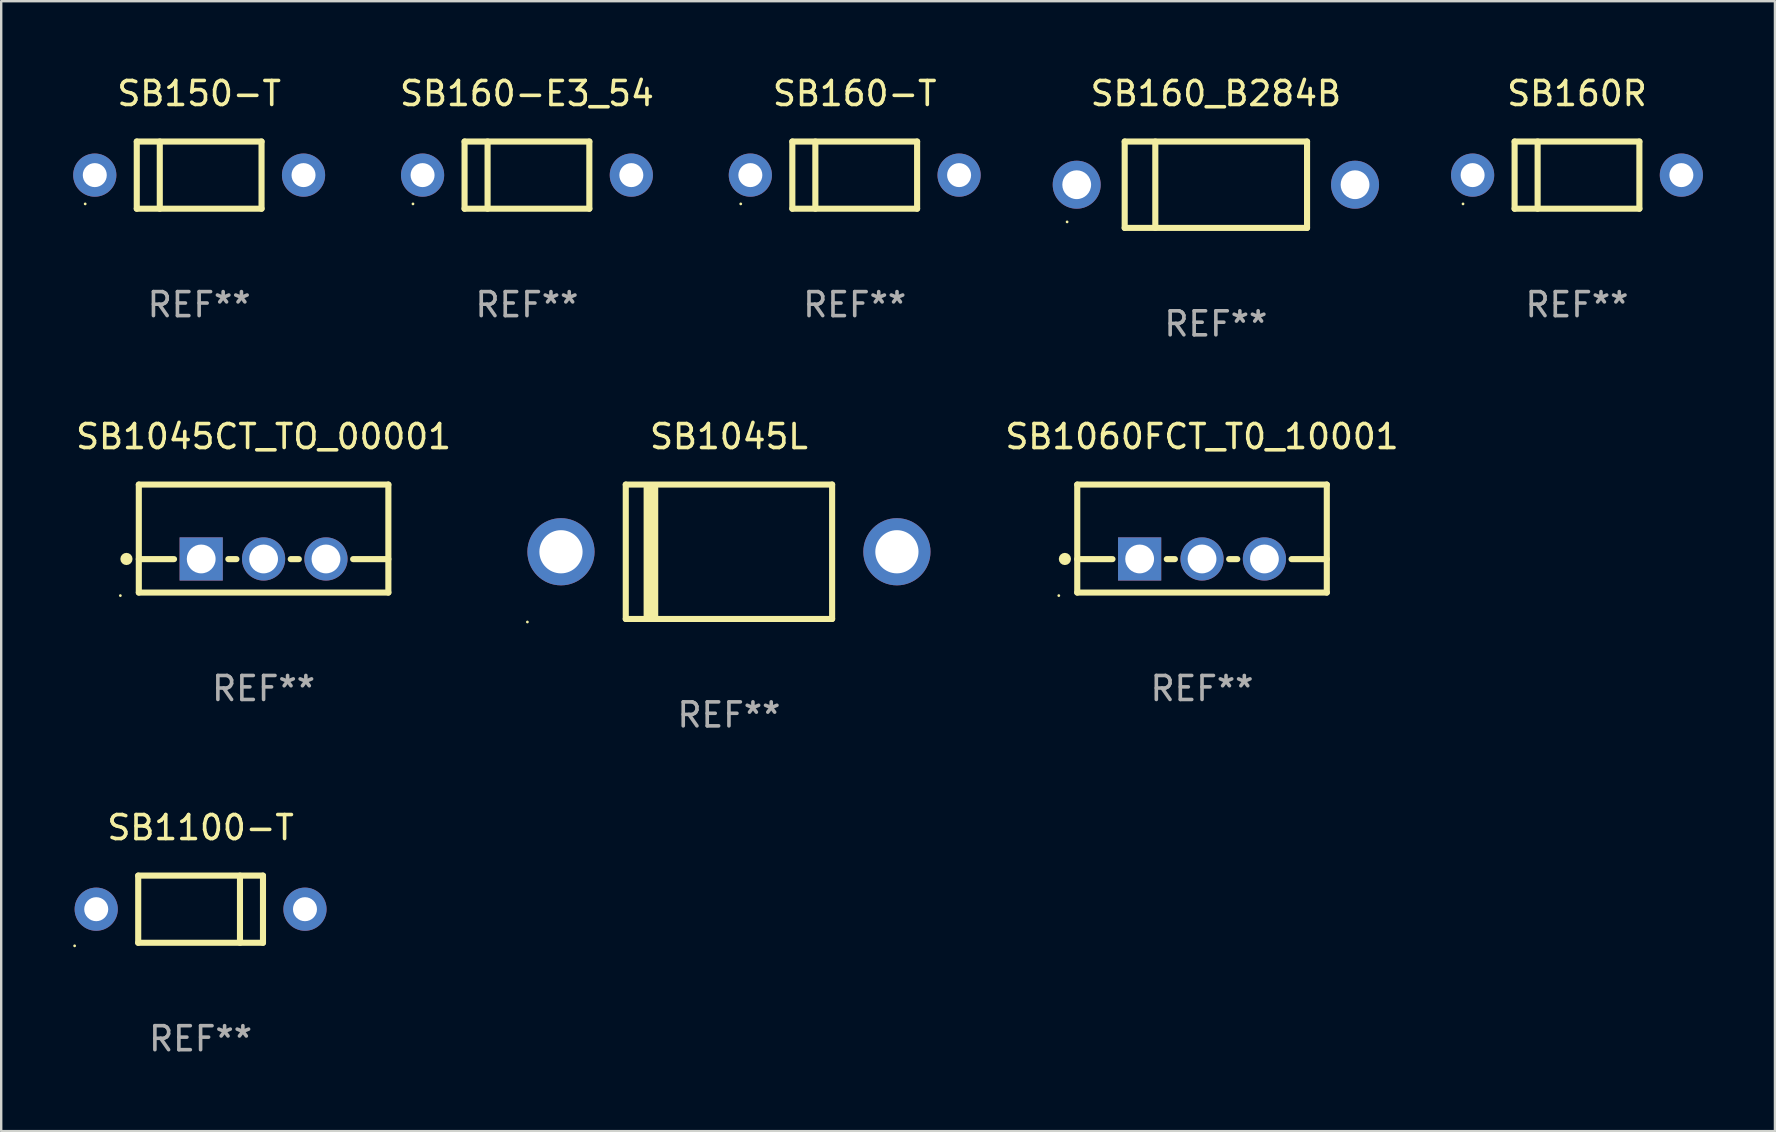
<source format=kicad_pcb>
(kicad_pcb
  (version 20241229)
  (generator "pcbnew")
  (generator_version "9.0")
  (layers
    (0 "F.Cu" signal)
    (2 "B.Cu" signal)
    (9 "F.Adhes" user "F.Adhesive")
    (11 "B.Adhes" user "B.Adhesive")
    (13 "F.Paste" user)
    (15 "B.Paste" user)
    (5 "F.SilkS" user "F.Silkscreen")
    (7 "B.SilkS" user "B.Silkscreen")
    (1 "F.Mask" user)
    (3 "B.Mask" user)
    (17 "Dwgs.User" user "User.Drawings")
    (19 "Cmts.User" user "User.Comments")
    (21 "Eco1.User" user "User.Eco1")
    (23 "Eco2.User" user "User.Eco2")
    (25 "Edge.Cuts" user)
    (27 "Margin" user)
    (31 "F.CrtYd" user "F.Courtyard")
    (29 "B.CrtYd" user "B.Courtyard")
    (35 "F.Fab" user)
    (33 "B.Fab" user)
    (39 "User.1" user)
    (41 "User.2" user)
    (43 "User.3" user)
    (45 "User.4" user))
  (footprint "SB160_B284B"
    (layer "F.Cu")
    (at 47.622 4.648)
    (property "Reference" "SB160_B284B" (at 0 -3.8 0) (layer "F.SilkS") (effects (font (size 1 1) (thickness 0.15))))
    (attr through_hole)
    (fp_line (start -3.8 -1.8) (end -3.8 1.8) (stroke (width 0.254) (type solid)) (layer "F.SilkS"))
    (fp_line (start -3.8 -1.8) (end 3.8 -1.8) (stroke (width 0.254) (type solid)) (layer "F.SilkS"))
    (fp_line (start -3.8 1.8) (end 3.8 1.8) (stroke (width 0.254) (type solid)) (layer "F.SilkS"))
    (fp_line (start -2.524 -1.8) (end -2.524 1.8) (stroke (width 0.254) (type solid)) (layer "F.SilkS"))
    (fp_line (start 3.8 -1.8) (end 3.8 1.8) (stroke (width 0.254) (type solid)) (layer "F.SilkS"))
    (fp_circle (center -6.2 1.55) (end -6.17 1.55) (stroke (width 0.06) (type solid)) (fill no) (layer "F.SilkS"))
    (fp_text user "REF**" (at 0 5.8 0) (layer "F.Fab") (effects (font (size 1 1) (thickness 0.15))))
    (pad "1" thru_hole circle (at -5.8 0) (size 2 2) (drill 1.2) (layers "*.Cu" "*.Mask"))
    (pad "2" thru_hole circle (at 5.8 0) (size 2 2) (drill 1.2) (layers "*.Cu" "*.Mask")))
  (footprint "SB160R"
    (layer "F.Cu")
    (at 62.672 4.248)
    (property "Reference" "SB160R" (at 0 -3.4 0) (layer "F.SilkS") (effects (font (size 1 1) (thickness 0.15))))
    (attr through_hole)
    (fp_line (start -2.6 -1.4) (end -2.6 1.4) (stroke (width 0.254) (type solid)) (layer "F.SilkS"))
    (fp_line (start -2.6 -1.4) (end 2.6 -1.4) (stroke (width 0.254) (type solid)) (layer "F.SilkS"))
    (fp_line (start -2.6 1.4) (end 2.6 1.4) (stroke (width 0.254) (type solid)) (layer "F.SilkS"))
    (fp_line (start -1.641 -1.4) (end -1.641 1.4) (stroke (width 0.254) (type solid)) (layer "F.SilkS"))
    (fp_line (start 2.6 -1.4) (end 2.6 1.4) (stroke (width 0.254) (type solid)) (layer "F.SilkS"))
    (fp_circle (center -4.75 1.2) (end -4.72 1.2) (stroke (width 0.06) (type solid)) (fill no) (layer "F.SilkS"))
    (fp_text user "REF**" (at 0 5.4 0) (layer "F.Fab") (effects (font (size 1 1) (thickness 0.15))))
    (pad "1" thru_hole circle (at -4.35 0) (size 1.8 1.8) (drill 1) (layers "*.Cu" "*.Mask"))
    (pad "2" thru_hole circle (at 4.35 0) (size 1.8 1.8) (drill 1) (layers "*.Cu" "*.Mask")))
  (footprint "SB160-E3_54"
    (layer "F.Cu")
    (at 18.911 4.248)
    (property "Reference" "SB160-E3_54" (at 0 -3.4 0) (layer "F.SilkS") (effects (font (size 1 1) (thickness 0.15))))
    (attr through_hole)
    (fp_line (start -2.6 -1.4) (end -2.6 1.4) (stroke (width 0.254) (type solid)) (layer "F.SilkS"))
    (fp_line (start -2.6 -1.4) (end 2.6 -1.4) (stroke (width 0.254) (type solid)) (layer "F.SilkS"))
    (fp_line (start -2.6 1.4) (end 2.6 1.4) (stroke (width 0.254) (type solid)) (layer "F.SilkS"))
    (fp_line (start -1.641 -1.4) (end -1.641 1.4) (stroke (width 0.254) (type solid)) (layer "F.SilkS"))
    (fp_line (start 2.6 -1.4) (end 2.6 1.4) (stroke (width 0.254) (type solid)) (layer "F.SilkS"))
    (fp_circle (center -4.75 1.2) (end -4.72 1.2) (stroke (width 0.06) (type solid)) (fill no) (layer "F.SilkS"))
    (fp_text user "REF**" (at 0 5.4 0) (layer "F.Fab") (effects (font (size 1 1) (thickness 0.15))))
    (pad "1" thru_hole circle (at -4.35 0) (size 1.8 1.8) (drill 1) (layers "*.Cu" "*.Mask"))
    (pad "2" thru_hole circle (at 4.35 0) (size 1.8 1.8) (drill 1) (layers "*.Cu" "*.Mask")))
  (footprint "SB1060FCT_T0_10001"
    (layer "F.Cu")
    (at 47.045 19.395)
    (property "Reference" "SB1060FCT_T0_10001" (at 0 -4.25 0) (layer "F.SilkS") (effects (font (size 1 1) (thickness 0.15))))
    (attr through_hole)
    (fp_line (start -5.2 -2.25) (end -5.2 2.25) (stroke (width 0.254) (type solid)) (layer "F.SilkS"))
    (fp_line (start -5.2 -2.25) (end 5.2 -2.25) (stroke (width 0.254) (type solid)) (layer "F.SilkS"))
    (fp_line (start -5.2 0.857) (end -3.731 0.857) (stroke (width 0.254) (type solid)) (layer "F.SilkS"))
    (fp_line (start -5.2 2.25) (end 5.2 2.25) (stroke (width 0.254) (type solid)) (layer "F.SilkS"))
    (fp_line (start -1.469 0.857) (end -1.131 0.857) (stroke (width 0.254) (type solid)) (layer "F.SilkS"))
    (fp_line (start 1.131 0.857) (end 1.469 0.857) (stroke (width 0.254) (type solid)) (layer "F.SilkS"))
    (fp_line (start 3.731 0.857) (end 5.2 0.857) (stroke (width 0.254) (type solid)) (layer "F.SilkS"))
    (fp_line (start 5.2 -2.25) (end 5.2 2.25) (stroke (width 0.254) (type solid)) (layer "F.SilkS"))
    (fp_circle (center -5.969 2.377) (end -5.939 2.377) (stroke (width 0.06) (type solid)) (fill no) (layer "F.SilkS"))
    (fp_circle (center -5.715 0.85) (end -5.588 0.85) (stroke (width 0.254) (type solid)) (fill no) (layer "F.SilkS"))
    (fp_text user "REF**" (at 0 6.25 0) (layer "F.Fab") (effects (font (size 1 1) (thickness 0.15))))
    (pad "1" thru_hole rect (at -2.6 0.85) (size 1.8 1.8) (drill 1.2) (layers "*.Cu" "*.Mask"))
    (pad "2" thru_hole circle (at 0 0.85) (size 1.8 1.8) (drill 1.2) (layers "*.Cu" "*.Mask"))
    (pad "3" thru_hole circle (at 2.6 0.85) (size 1.8 1.8) (drill 1.2) (layers "*.Cu" "*.Mask")))
  (footprint "SB1100-T"
    (layer "F.Cu")
    (at 5.31 34.841)
    (property "Reference" "SB1100-T" (at 0 -3.4 0) (layer "F.SilkS") (effects (font (size 1 1) (thickness 0.15))))
    (attr through_hole)
    (fp_line (start -2.6 1.4) (end -2.6 -1.4) (stroke (width 0.254) (type solid)) (layer "F.SilkS"))
    (fp_line (start 1.641 1.4) (end 1.641 -1.4) (stroke (width 0.254) (type solid)) (layer "F.SilkS"))
    (fp_line (start 2.6 -1.4) (end -2.6 -1.4) (stroke (width 0.254) (type solid)) (layer "F.SilkS"))
    (fp_line (start 2.6 1.4) (end -2.6 1.4) (stroke (width 0.254) (type solid)) (layer "F.SilkS"))
    (fp_line (start 2.6 1.4) (end 2.6 -1.4) (stroke (width 0.254) (type solid)) (layer "F.SilkS"))
    (fp_circle (center -5.25 1.527) (end -5.22 1.527) (stroke (width 0.06) (type solid)) (fill no) (layer "F.SilkS"))
    (fp_text user "REF**" (at 0 5.4 0) (layer "F.Fab") (effects (font (size 1 1) (thickness 0.15))))
    (pad "1" thru_hole circle (at -4.35 0) (size 1.8 1.8) (drill 1) (layers "*.Cu" "*.Mask"))
    (pad "2" thru_hole circle (at 4.35 0) (size 1.8 1.8) (drill 1) (layers "*.Cu" "*.Mask")))
  (footprint "SB160-T"
    (layer "F.Cu")
    (at 32.571 4.248)
    (property "Reference" "SB160-T" (at 0 -3.4 0) (layer "F.SilkS") (effects (font (size 1 1) (thickness 0.15))))
    (attr through_hole)
    (fp_line (start -2.6 -1.4) (end -2.6 1.4) (stroke (width 0.254) (type solid)) (layer "F.SilkS"))
    (fp_line (start -2.6 -1.4) (end 2.6 -1.4) (stroke (width 0.254) (type solid)) (layer "F.SilkS"))
    (fp_line (start -2.6 1.4) (end 2.6 1.4) (stroke (width 0.254) (type solid)) (layer "F.SilkS"))
    (fp_line (start -1.641 -1.4) (end -1.641 1.4) (stroke (width 0.254) (type solid)) (layer "F.SilkS"))
    (fp_line (start 2.6 -1.4) (end 2.6 1.4) (stroke (width 0.254) (type solid)) (layer "F.SilkS"))
    (fp_circle (center -4.75 1.2) (end -4.72 1.2) (stroke (width 0.06) (type solid)) (fill no) (layer "F.SilkS"))
    (fp_text user "REF**" (at 0 5.4 0) (layer "F.Fab") (effects (font (size 1 1) (thickness 0.15))))
    (pad "1" thru_hole circle (at -4.35 0) (size 1.8 1.8) (drill 1) (layers "*.Cu" "*.Mask"))
    (pad "2" thru_hole circle (at 4.35 0) (size 1.8 1.8) (drill 1) (layers "*.Cu" "*.Mask")))
  (footprint "SB1045L"
    (layer "F.Cu")
    (at 27.329 19.945)
    (property "Reference" "SB1045L" (at 0 -4.8 0) (layer "F.SilkS") (effects (font (size 1 1) (thickness 0.15))))
    (attr through_hole)
    (fp_line (start -4.3 -2.8) (end -4.3 2.8) (stroke (width 0.254) (type solid)) (layer "F.SilkS"))
    (fp_line (start -4.3 -2.8) (end 4.3 -2.8) (stroke (width 0.254) (type solid)) (layer "F.SilkS"))
    (fp_line (start -4.3 2.8) (end 4.3 2.8) (stroke (width 0.254) (type solid)) (layer "F.SilkS"))
    (fp_line (start -3.442 2.667) (end -3.442 -2.667) (stroke (width 0.229) (type solid)) (layer "F.SilkS"))
    (fp_line (start -3.315 2.667) (end -3.315 -2.667) (stroke (width 0.229) (type solid)) (layer "F.SilkS"))
    (fp_line (start -3.188 2.667) (end -3.188 -2.667) (stroke (width 0.229) (type solid)) (layer "F.SilkS"))
    (fp_line (start -3.061 2.667) (end -3.061 -2.667) (stroke (width 0.229) (type solid)) (layer "F.SilkS"))
    (fp_line (start 4.3 -2.8) (end 4.3 2.8) (stroke (width 0.254) (type solid)) (layer "F.SilkS"))
    (fp_circle (center -8.4 2.927) (end -8.37 2.927) (stroke (width 0.06) (type solid)) (fill no) (layer "F.SilkS"))
    (fp_text user "REF**" (at 0 6.8 0) (layer "F.Fab") (effects (font (size 1 1) (thickness 0.15))))
    (pad "1" thru_hole circle (at -7 0) (size 2.8 2.8) (drill 1.8) (layers "*.Cu" "*.Mask"))
    (pad "2" thru_hole circle (at 7 0) (size 2.8 2.8) (drill 1.8) (layers "*.Cu" "*.Mask")))
  (footprint "SB150-T"
    (layer "F.Cu")
    (at 5.25 4.248)
    (property "Reference" "SB150-T" (at 0 -3.4 0) (layer "F.SilkS") (effects (font (size 1 1) (thickness 0.15))))
    (attr through_hole)
    (fp_line (start -2.6 -1.4) (end -2.6 1.4) (stroke (width 0.254) (type solid)) (layer "F.SilkS"))
    (fp_line (start -2.6 -1.4) (end 2.6 -1.4) (stroke (width 0.254) (type solid)) (layer "F.SilkS"))
    (fp_line (start -2.6 1.4) (end 2.6 1.4) (stroke (width 0.254) (type solid)) (layer "F.SilkS"))
    (fp_line (start -1.641 -1.4) (end -1.641 1.4) (stroke (width 0.254) (type solid)) (layer "F.SilkS"))
    (fp_line (start 2.6 -1.4) (end 2.6 1.4) (stroke (width 0.254) (type solid)) (layer "F.SilkS"))
    (fp_circle (center -4.75 1.2) (end -4.72 1.2) (stroke (width 0.06) (type solid)) (fill no) (layer "F.SilkS"))
    (fp_text user "REF**" (at 0 5.4 0) (layer "F.Fab") (effects (font (size 1 1) (thickness 0.15))))
    (pad "1" thru_hole circle (at -4.35 0) (size 1.8 1.8) (drill 1) (layers "*.Cu" "*.Mask"))
    (pad "2" thru_hole circle (at 4.35 0) (size 1.8 1.8) (drill 1) (layers "*.Cu" "*.Mask")))
  (footprint "SB1045CT_TO_00001"
    (layer "F.Cu")
    (at 7.935 19.395)
    (property "Reference" "SB1045CT_TO_00001" (at 0 -4.25 0) (layer "F.SilkS") (effects (font (size 1 1) (thickness 0.15))))
    (attr through_hole)
    (fp_line (start -5.2 -2.25) (end -5.2 2.25) (stroke (width 0.254) (type solid)) (layer "F.SilkS"))
    (fp_line (start -5.2 -2.25) (end 5.2 -2.25) (stroke (width 0.254) (type solid)) (layer "F.SilkS"))
    (fp_line (start -5.2 0.857) (end -3.731 0.857) (stroke (width 0.254) (type solid)) (layer "F.SilkS"))
    (fp_line (start -5.2 2.25) (end 5.2 2.25) (stroke (width 0.254) (type solid)) (layer "F.SilkS"))
    (fp_line (start -1.469 0.857) (end -1.131 0.857) (stroke (width 0.254) (type solid)) (layer "F.SilkS"))
    (fp_line (start 1.131 0.857) (end 1.469 0.857) (stroke (width 0.254) (type solid)) (layer "F.SilkS"))
    (fp_line (start 3.731 0.857) (end 5.2 0.857) (stroke (width 0.254) (type solid)) (layer "F.SilkS"))
    (fp_line (start 5.2 -2.25) (end 5.2 2.25) (stroke (width 0.254) (type solid)) (layer "F.SilkS"))
    (fp_circle (center -5.969 2.377) (end -5.939 2.377) (stroke (width 0.06) (type solid)) (fill no) (layer "F.SilkS"))
    (fp_circle (center -5.715 0.85) (end -5.588 0.85) (stroke (width 0.254) (type solid)) (fill no) (layer "F.SilkS"))
    (fp_text user "REF**" (at 0 6.25 0) (layer "F.Fab") (effects (font (size 1 1) (thickness 0.15))))
    (pad "1" thru_hole rect (at -2.6 0.85) (size 1.8 1.8) (drill 1.2) (layers "*.Cu" "*.Mask"))
    (pad "2" thru_hole circle (at 0 0.85) (size 1.8 1.8) (drill 1.2) (layers "*.Cu" "*.Mask"))
    (pad "3" thru_hole circle (at 2.6 0.85) (size 1.8 1.8) (drill 1.2) (layers "*.Cu" "*.Mask")))
  (gr_rect
    (start -3 -3)
    (end 70.922 44.09)
    (stroke (width 0.1) (type default))
    (fill no)
    (layer "Edge.Cuts")))
</source>
